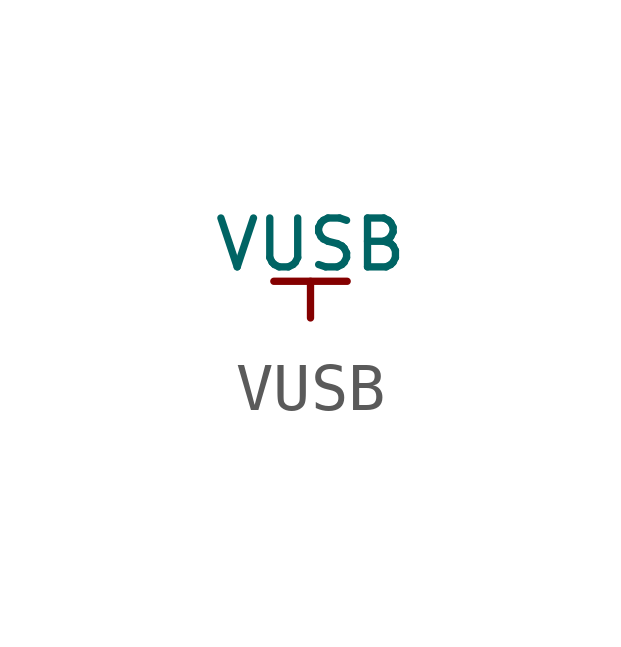
<source format=kicad_sym>
(kicad_symbol_lib
  (version 20211014)
  (generator kicad_symbol_editor)
  (symbol "VUSB"
    (power)
    (pin_numbers hide)
    (pin_names
      (offset 0) hide)
    (property "Reference" "#PWR"
      (at 0.254 0 0)
      (effects (font (size 0.508 0.508)) hide))
    (property "Value" "VUSB"
      (at 0 1.524 0)
      (effects (font (size 1.016 1.016))))
    (symbol "VUSB_0_1"
      (polyline (pts (xy -0.762 0.762) (xy 0.762 0.762)) (stroke (width 0) (type default) (color 0 0 0 0)) (fill (type none)))
      (polyline (pts (xy 0 0) (xy 0 0.762)) (stroke (width 0) (type default) (color 0 0 0 0)) (fill (type none))))
    (symbol "VUSB_1_1"
      (pin power_in line (at 0 0 90) (length 0) hide (name "VUSB" (effects (font (size 1.27 1.27)))) (number "1" (effects (font (size 1.27 1.27))))))))
</source>
